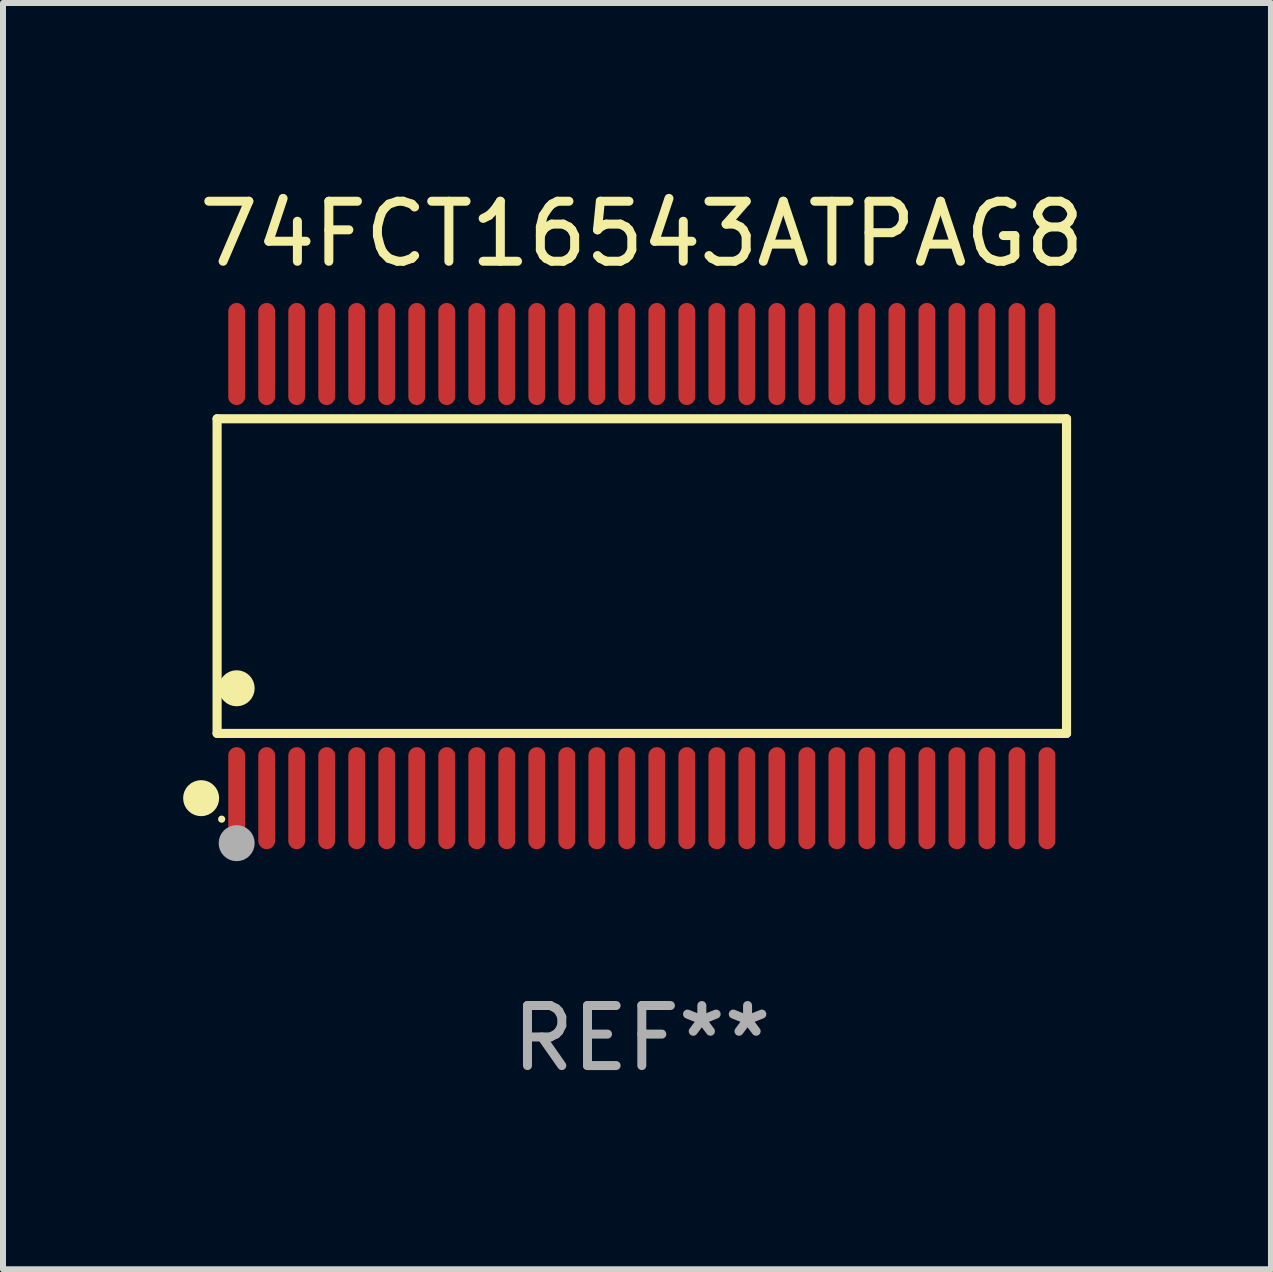
<source format=kicad_pcb>
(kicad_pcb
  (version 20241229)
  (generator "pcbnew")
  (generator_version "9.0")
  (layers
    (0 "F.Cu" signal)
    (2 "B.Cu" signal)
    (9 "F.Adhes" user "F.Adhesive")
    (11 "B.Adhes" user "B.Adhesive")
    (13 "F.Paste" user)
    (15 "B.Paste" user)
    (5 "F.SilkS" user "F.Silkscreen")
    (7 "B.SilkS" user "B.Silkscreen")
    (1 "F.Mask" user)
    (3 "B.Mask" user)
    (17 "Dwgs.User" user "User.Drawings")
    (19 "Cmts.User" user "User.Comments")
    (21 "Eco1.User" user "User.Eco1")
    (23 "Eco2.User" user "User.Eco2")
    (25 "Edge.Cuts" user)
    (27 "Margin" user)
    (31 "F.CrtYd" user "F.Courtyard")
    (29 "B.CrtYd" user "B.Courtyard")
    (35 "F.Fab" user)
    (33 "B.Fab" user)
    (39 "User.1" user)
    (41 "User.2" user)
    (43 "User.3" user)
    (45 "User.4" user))
  (footprint "74FCT16543ATPAG8"
    (layer "F.Cu")
    (at 7.643 6.548)
    (property "Reference" "74FCT16543ATPAG8" (at 0 -5.7 0) (layer "F.SilkS") (effects (font (size 1 1) (thickness 0.15))))
    (attr through_hole)
    (fp_line (start -7.076 -2.621) (end 7.076 -2.621) (stroke (width 0.152) (type solid)) (layer "F.SilkS"))
    (fp_line (start -7.076 2.621) (end -7.076 -2.621) (stroke (width 0.152) (type solid)) (layer "F.SilkS"))
    (fp_line (start 7.076 -2.621) (end 7.076 2.621) (stroke (width 0.152) (type solid)) (layer "F.SilkS"))
    (fp_line (start 7.076 2.621) (end -7.076 2.621) (stroke (width 0.152) (type solid)) (layer "F.SilkS"))
    (fp_circle (center -7.342 3.7) (end -7.192 3.7) (stroke (width 0.3) (type solid)) (fill no) (layer "F.SilkS"))
    (fp_circle (center -7 4.05) (end -6.97 4.05) (stroke (width 0.06) (type solid)) (fill no) (layer "F.SilkS"))
    (fp_circle (center -6.75 1.869) (end -6.6 1.869) (stroke (width 0.3) (type solid)) (fill no) (layer "F.SilkS"))
    (fp_circle (center -6.75 4.45) (end -6.6 4.45) (stroke (width 0.3) (type solid)) (fill no) (layer "F.Fab"))
    (fp_text user "REF**" (at 0 7.7 0) (layer "F.Fab") (effects (font (size 1 1) (thickness 0.15))))
    (pad "1" smd oval (at -6.75 3.7) (size 0.28 1.7) (layers "F.Cu" "F.Mask" "F.Paste"))
    (pad "2" smd oval (at -6.25 3.7) (size 0.28 1.7) (layers "F.Cu" "F.Mask" "F.Paste"))
    (pad "3" smd oval (at -5.75 3.7) (size 0.28 1.7) (layers "F.Cu" "F.Mask" "F.Paste"))
    (pad "4" smd oval (at -5.25 3.7) (size 0.28 1.7) (layers "F.Cu" "F.Mask" "F.Paste"))
    (pad "5" smd oval (at -4.75 3.7) (size 0.28 1.7) (layers "F.Cu" "F.Mask" "F.Paste"))
    (pad "6" smd oval (at -4.25 3.7) (size 0.28 1.7) (layers "F.Cu" "F.Mask" "F.Paste"))
    (pad "7" smd oval (at -3.75 3.7) (size 0.28 1.7) (layers "F.Cu" "F.Mask" "F.Paste"))
    (pad "8" smd oval (at -3.25 3.7) (size 0.28 1.7) (layers "F.Cu" "F.Mask" "F.Paste"))
    (pad "9" smd oval (at -2.75 3.7) (size 0.28 1.7) (layers "F.Cu" "F.Mask" "F.Paste"))
    (pad "10" smd oval (at -2.25 3.7) (size 0.28 1.7) (layers "F.Cu" "F.Mask" "F.Paste"))
    (pad "11" smd oval (at -1.75 3.7) (size 0.28 1.7) (layers "F.Cu" "F.Mask" "F.Paste"))
    (pad "12" smd oval (at -1.25 3.7) (size 0.28 1.7) (layers "F.Cu" "F.Mask" "F.Paste"))
    (pad "13" smd oval (at -0.75 3.7) (size 0.28 1.7) (layers "F.Cu" "F.Mask" "F.Paste"))
    (pad "14" smd oval (at -0.25 3.7) (size 0.28 1.7) (layers "F.Cu" "F.Mask" "F.Paste"))
    (pad "15" smd oval (at 0.25 3.7) (size 0.28 1.7) (layers "F.Cu" "F.Mask" "F.Paste"))
    (pad "16" smd oval (at 0.75 3.7) (size 0.28 1.7) (layers "F.Cu" "F.Mask" "F.Paste"))
    (pad "17" smd oval (at 1.25 3.7) (size 0.28 1.7) (layers "F.Cu" "F.Mask" "F.Paste"))
    (pad "18" smd oval (at 1.75 3.7) (size 0.28 1.7) (layers "F.Cu" "F.Mask" "F.Paste"))
    (pad "19" smd oval (at 2.25 3.7) (size 0.28 1.7) (layers "F.Cu" "F.Mask" "F.Paste"))
    (pad "20" smd oval (at 2.75 3.7) (size 0.28 1.7) (layers "F.Cu" "F.Mask" "F.Paste"))
    (pad "21" smd oval (at 3.25 3.7) (size 0.28 1.7) (layers "F.Cu" "F.Mask" "F.Paste"))
    (pad "22" smd oval (at 3.75 3.7) (size 0.28 1.7) (layers "F.Cu" "F.Mask" "F.Paste"))
    (pad "23" smd oval (at 4.25 3.7) (size 0.28 1.7) (layers "F.Cu" "F.Mask" "F.Paste"))
    (pad "24" smd oval (at 4.75 3.7) (size 0.28 1.7) (layers "F.Cu" "F.Mask" "F.Paste"))
    (pad "25" smd oval (at 5.25 3.7) (size 0.28 1.7) (layers "F.Cu" "F.Mask" "F.Paste"))
    (pad "26" smd oval (at 5.75 3.7) (size 0.28 1.7) (layers "F.Cu" "F.Mask" "F.Paste"))
    (pad "27" smd oval (at 6.25 3.7) (size 0.28 1.7) (layers "F.Cu" "F.Mask" "F.Paste"))
    (pad "28" smd oval (at 6.75 3.7) (size 0.28 1.7) (layers "F.Cu" "F.Mask" "F.Paste"))
    (pad "29" smd oval (at 6.75 -3.7) (size 0.28 1.7) (layers "F.Cu" "F.Mask" "F.Paste"))
    (pad "30" smd oval (at 6.25 -3.7) (size 0.28 1.7) (layers "F.Cu" "F.Mask" "F.Paste"))
    (pad "31" smd oval (at 5.75 -3.7) (size 0.28 1.7) (layers "F.Cu" "F.Mask" "F.Paste"))
    (pad "32" smd oval (at 5.25 -3.7) (size 0.28 1.7) (layers "F.Cu" "F.Mask" "F.Paste"))
    (pad "33" smd oval (at 4.75 -3.7) (size 0.28 1.7) (layers "F.Cu" "F.Mask" "F.Paste"))
    (pad "34" smd oval (at 4.25 -3.7) (size 0.28 1.7) (layers "F.Cu" "F.Mask" "F.Paste"))
    (pad "35" smd oval (at 3.75 -3.7) (size 0.28 1.7) (layers "F.Cu" "F.Mask" "F.Paste"))
    (pad "36" smd oval (at 3.25 -3.7) (size 0.28 1.7) (layers "F.Cu" "F.Mask" "F.Paste"))
    (pad "37" smd oval (at 2.75 -3.7) (size 0.28 1.7) (layers "F.Cu" "F.Mask" "F.Paste"))
    (pad "38" smd oval (at 2.25 -3.7) (size 0.28 1.7) (layers "F.Cu" "F.Mask" "F.Paste"))
    (pad "39" smd oval (at 1.75 -3.7) (size 0.28 1.7) (layers "F.Cu" "F.Mask" "F.Paste"))
    (pad "40" smd oval (at 1.25 -3.7) (size 0.28 1.7) (layers "F.Cu" "F.Mask" "F.Paste"))
    (pad "41" smd oval (at 0.75 -3.7) (size 0.28 1.7) (layers "F.Cu" "F.Mask" "F.Paste"))
    (pad "42" smd oval (at 0.25 -3.7) (size 0.28 1.7) (layers "F.Cu" "F.Mask" "F.Paste"))
    (pad "43" smd oval (at -0.25 -3.7) (size 0.28 1.7) (layers "F.Cu" "F.Mask" "F.Paste"))
    (pad "44" smd oval (at -0.75 -3.7) (size 0.28 1.7) (layers "F.Cu" "F.Mask" "F.Paste"))
    (pad "45" smd oval (at -1.25 -3.7) (size 0.28 1.7) (layers "F.Cu" "F.Mask" "F.Paste"))
    (pad "46" smd oval (at -1.75 -3.7) (size 0.28 1.7) (layers "F.Cu" "F.Mask" "F.Paste"))
    (pad "47" smd oval (at -2.25 -3.7) (size 0.28 1.7) (layers "F.Cu" "F.Mask" "F.Paste"))
    (pad "48" smd oval (at -2.75 -3.7) (size 0.28 1.7) (layers "F.Cu" "F.Mask" "F.Paste"))
    (pad "49" smd oval (at -3.25 -3.7) (size 0.28 1.7) (layers "F.Cu" "F.Mask" "F.Paste"))
    (pad "50" smd oval (at -3.75 -3.7) (size 0.28 1.7) (layers "F.Cu" "F.Mask" "F.Paste"))
    (pad "51" smd oval (at -4.25 -3.7) (size 0.28 1.7) (layers "F.Cu" "F.Mask" "F.Paste"))
    (pad "52" smd oval (at -4.75 -3.7) (size 0.28 1.7) (layers "F.Cu" "F.Mask" "F.Paste"))
    (pad "53" smd oval (at -5.25 -3.7) (size 0.28 1.7) (layers "F.Cu" "F.Mask" "F.Paste"))
    (pad "54" smd oval (at -5.75 -3.7) (size 0.28 1.7) (layers "F.Cu" "F.Mask" "F.Paste"))
    (pad "55" smd oval (at -6.25 -3.7) (size 0.28 1.7) (layers "F.Cu" "F.Mask" "F.Paste"))
    (pad "56" smd oval (at -6.75 -3.7) (size 0.28 1.7) (layers "F.Cu" "F.Mask" "F.Paste")))
  (gr_rect
    (start -3 -3)
    (end 18.125 18.097)
    (stroke (width 0.1) (type default))
    (fill no)
    (layer "Edge.Cuts")))
</source>
